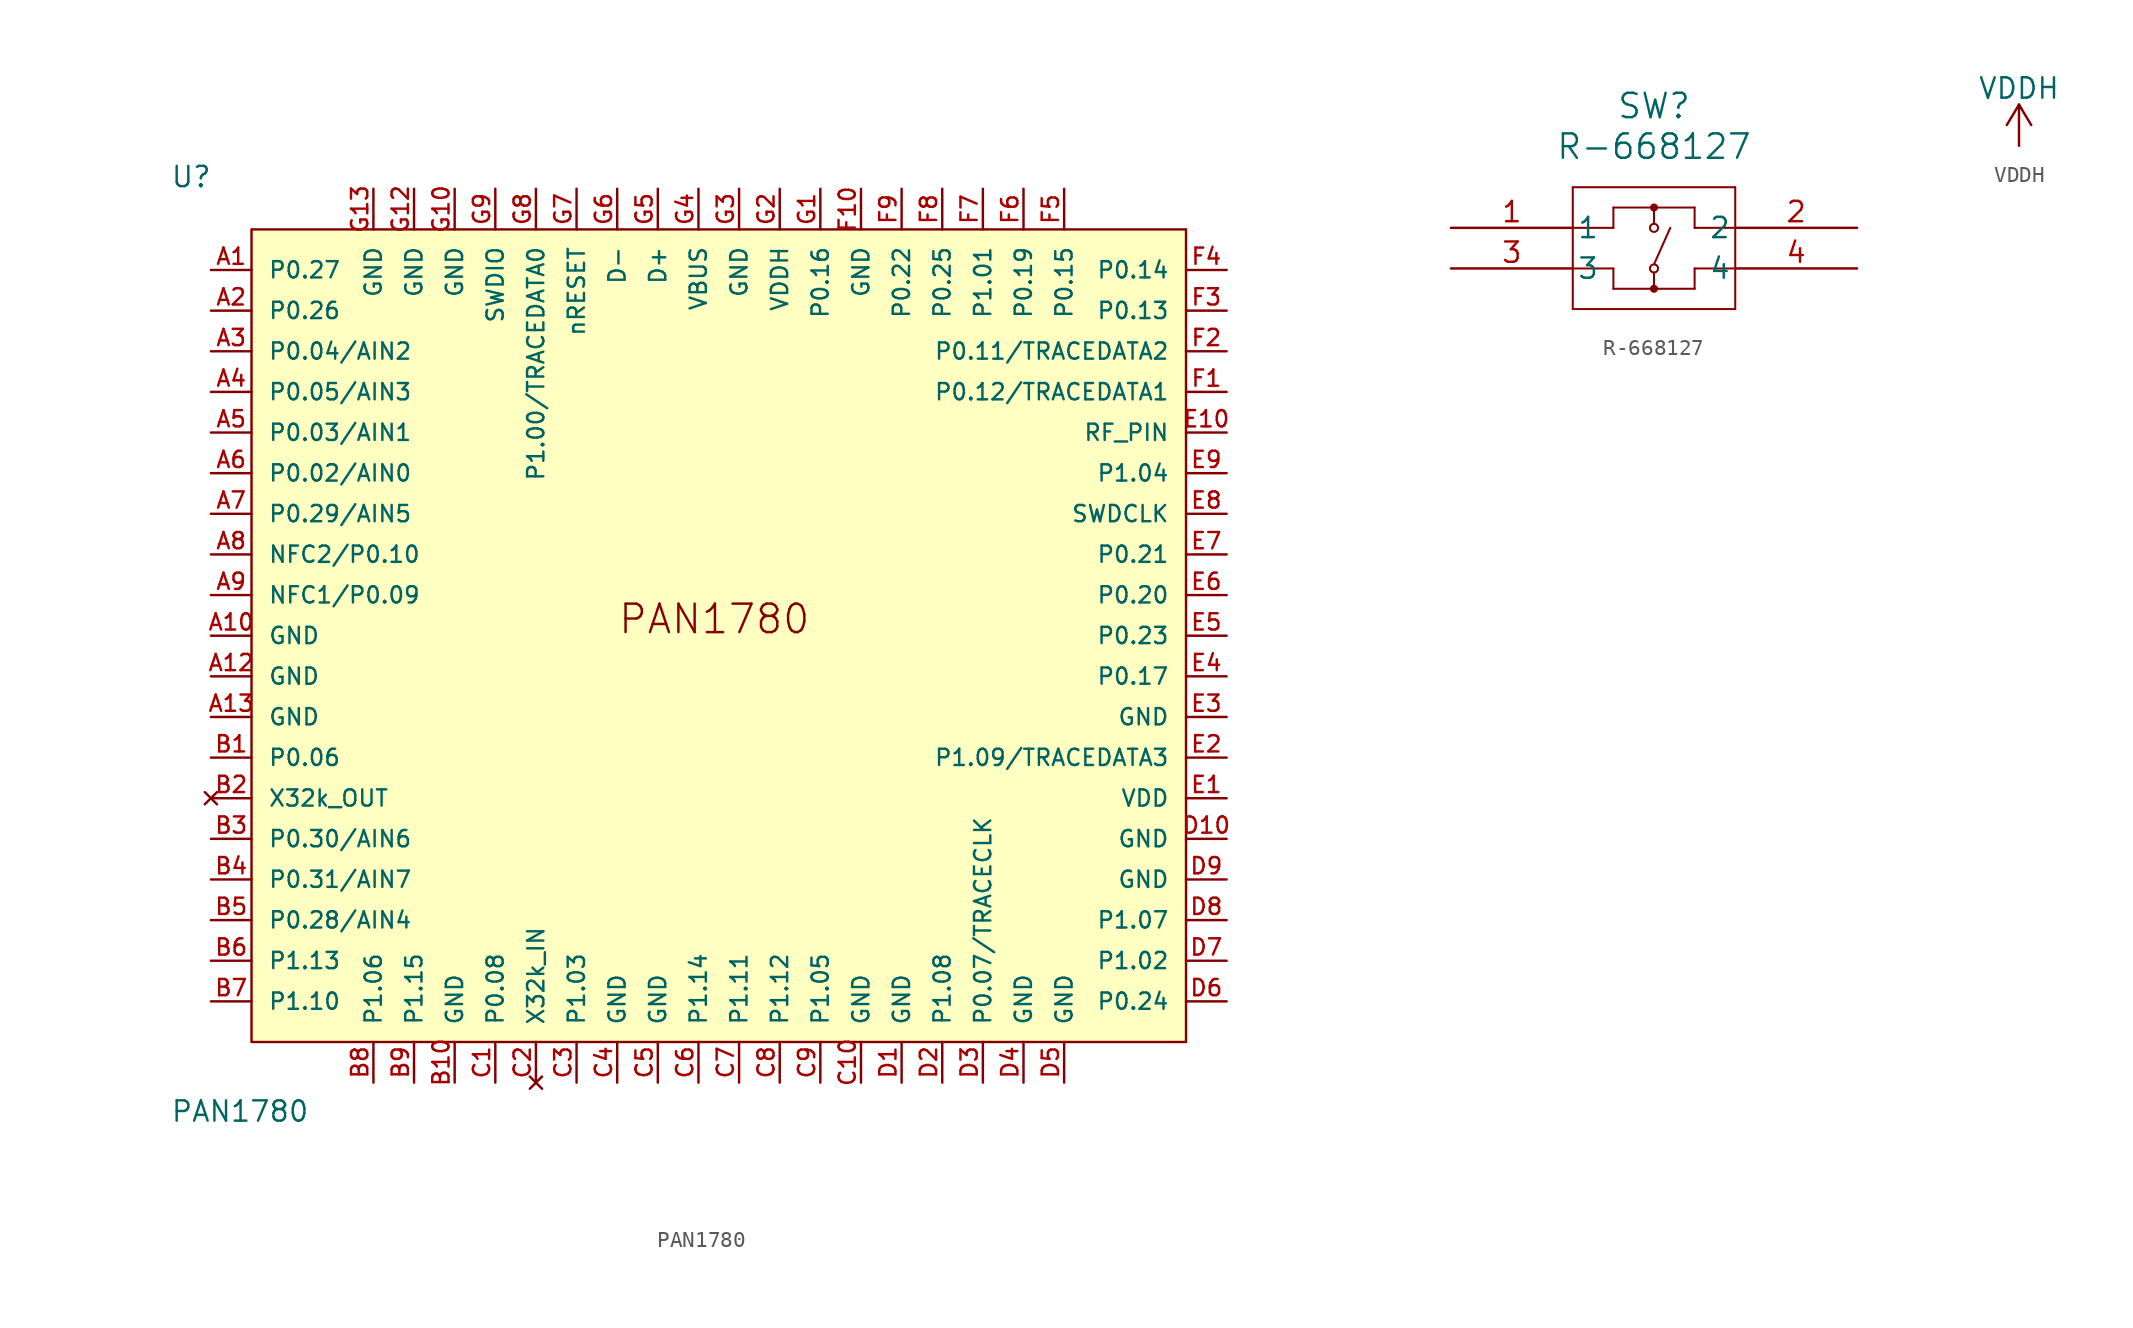
<source format=kicad_sym>
(kicad_symbol_lib
  (version 20231120)
  (generator "kicad_symbol_editor")
  (generator_version "8.0")
  (symbol "PAN1780"
    (pin_names
      (offset 1.016))
    (property "Reference" "U"
      (at -33.02 27.94 0)
      (effects (font (size 1.27 1.27)) (justify left bottom)))
    (property "Value" "PAN1780"
      (at -33.02 -30.48 0)
      (effects (font (size 1.27 1.27)) (justify left bottom)))
    (symbol "PAN1780_0_0"
      (rectangle (start -27.94 25.4) (end 30.48 -25.4) (stroke (width 0.152) (type default)) (fill (type background)))
      (text "PAN1780" (at -5.08 0 0) (effects (font (size 1.778 1.778)) (justify left bottom)))
      (pin bidirectional line (at -30.48 22.86 0) (length 2.54) (name "P0.27" (effects (font (size 1.016 1.016)))) (number "A1" (effects (font (size 1.016 1.016)))))
      (pin power_in line (at -30.48 0 0) (length 2.54) (name "GND" (effects (font (size 1.016 1.016)))) (number "A10" (effects (font (size 1.016 1.016)))))
      (pin power_in line (at -30.48 -2.54 0) (length 2.54) (name "GND" (effects (font (size 1.016 1.016)))) (number "A12" (effects (font (size 1.016 1.016)))))
      (pin power_in line (at -30.48 -5.08 0) (length 2.54) (name "GND" (effects (font (size 1.016 1.016)))) (number "A13" (effects (font (size 1.016 1.016)))))
      (pin bidirectional line (at -30.48 20.32 0) (length 2.54) (name "P0.26" (effects (font (size 1.016 1.016)))) (number "A2" (effects (font (size 1.016 1.016)))))
      (pin bidirectional line (at -30.48 17.78 0) (length 2.54) (name "P0.04/AIN2" (effects (font (size 1.016 1.016)))) (number "A3" (effects (font (size 1.016 1.016)))))
      (pin bidirectional line (at -30.48 15.24 0) (length 2.54) (name "P0.05/AIN3" (effects (font (size 1.016 1.016)))) (number "A4" (effects (font (size 1.016 1.016)))))
      (pin bidirectional line (at -30.48 12.7 0) (length 2.54) (name "P0.03/AIN1" (effects (font (size 1.016 1.016)))) (number "A5" (effects (font (size 1.016 1.016)))))
      (pin bidirectional line (at -30.48 10.16 0) (length 2.54) (name "P0.02/AIN0" (effects (font (size 1.016 1.016)))) (number "A6" (effects (font (size 1.016 1.016)))))
      (pin bidirectional line (at -30.48 7.62 0) (length 2.54) (name "P0.29/AIN5" (effects (font (size 1.016 1.016)))) (number "A7" (effects (font (size 1.016 1.016)))))
      (pin bidirectional line (at -30.48 -7.62 0) (length 2.54) (name "P0.06" (effects (font (size 1.016 1.016)))) (number "B1" (effects (font (size 1.016 1.016)))))
      (pin power_in line (at -15.24 -27.94 90) (length 2.54) (name "GND" (effects (font (size 1.016 1.016)))) (number "B10" (effects (font (size 1.016 1.016)))))
      (pin no_connect line (at -30.48 -10.16 0) (length 2.54) (name "X32k_OUT" (effects (font (size 1.016 1.016)))) (number "B2" (effects (font (size 1.016 1.016)))))
      (pin bidirectional line (at -30.48 -12.7 0) (length 2.54) (name "P0.30/AIN6" (effects (font (size 1.016 1.016)))) (number "B3" (effects (font (size 1.016 1.016)))))
      (pin bidirectional line (at -30.48 -15.24 0) (length 2.54) (name "P0.31/AIN7" (effects (font (size 1.016 1.016)))) (number "B4" (effects (font (size 1.016 1.016)))))
      (pin bidirectional line (at -30.48 -17.78 0) (length 2.54) (name "P0.28/AIN4" (effects (font (size 1.016 1.016)))) (number "B5" (effects (font (size 1.016 1.016)))))
      (pin bidirectional line (at -30.48 -20.32 0) (length 2.54) (name "P1.13" (effects (font (size 1.016 1.016)))) (number "B6" (effects (font (size 1.016 1.016)))))
      (pin bidirectional line (at -30.48 -22.86 0) (length 2.54) (name "P1.10" (effects (font (size 1.016 1.016)))) (number "B7" (effects (font (size 1.016 1.016)))))
      (pin bidirectional line (at -20.32 -27.94 90) (length 2.54) (name "P1.06" (effects (font (size 1.016 1.016)))) (number "B8" (effects (font (size 1.016 1.016)))))
      (pin bidirectional line (at -17.78 -27.94 90) (length 2.54) (name "P1.15" (effects (font (size 1.016 1.016)))) (number "B9" (effects (font (size 1.016 1.016)))))
      (pin bidirectional line (at -12.7 -27.94 90) (length 2.54) (name "P0.08" (effects (font (size 1.016 1.016)))) (number "C1" (effects (font (size 1.016 1.016)))))
      (pin power_in line (at 10.16 -27.94 90) (length 2.54) (name "GND" (effects (font (size 1.016 1.016)))) (number "C10" (effects (font (size 1.016 1.016)))))
      (pin no_connect line (at -10.16 -27.94 90) (length 2.54) (name "X32k_IN" (effects (font (size 1.016 1.016)))) (number "C2" (effects (font (size 1.016 1.016)))))
      (pin bidirectional line (at -7.62 -27.94 90) (length 2.54) (name "P1.03" (effects (font (size 1.016 1.016)))) (number "C3" (effects (font (size 1.016 1.016)))))
      (pin power_in line (at -5.08 -27.94 90) (length 2.54) (name "GND" (effects (font (size 1.016 1.016)))) (number "C4" (effects (font (size 1.016 1.016)))))
      (pin power_in line (at -2.54 -27.94 90) (length 2.54) (name "GND" (effects (font (size 1.016 1.016)))) (number "C5" (effects (font (size 1.016 1.016)))))
      (pin bidirectional line (at 0 -27.94 90) (length 2.54) (name "P1.14" (effects (font (size 1.016 1.016)))) (number "C6" (effects (font (size 1.016 1.016)))))
      (pin bidirectional line (at 2.54 -27.94 90) (length 2.54) (name "P1.11" (effects (font (size 1.016 1.016)))) (number "C7" (effects (font (size 1.016 1.016)))))
      (pin bidirectional line (at 5.08 -27.94 90) (length 2.54) (name "P1.12" (effects (font (size 1.016 1.016)))) (number "C8" (effects (font (size 1.016 1.016)))))
      (pin bidirectional line (at 7.62 -27.94 90) (length 2.54) (name "P1.05" (effects (font (size 1.016 1.016)))) (number "C9" (effects (font (size 1.016 1.016)))))
      (pin power_in line (at 12.7 -27.94 90) (length 2.54) (name "GND" (effects (font (size 1.016 1.016)))) (number "D1" (effects (font (size 1.016 1.016)))))
      (pin power_in line (at 33.02 -12.7 180) (length 2.54) (name "GND" (effects (font (size 1.016 1.016)))) (number "D10" (effects (font (size 1.016 1.016)))))
      (pin bidirectional line (at 15.24 -27.94 90) (length 2.54) (name "P1.08" (effects (font (size 1.016 1.016)))) (number "D2" (effects (font (size 1.016 1.016)))))
      (pin power_in line (at 20.32 -27.94 90) (length 2.54) (name "GND" (effects (font (size 1.016 1.016)))) (number "D4" (effects (font (size 1.016 1.016)))))
      (pin power_in line (at 22.86 -27.94 90) (length 2.54) (name "GND" (effects (font (size 1.016 1.016)))) (number "D5" (effects (font (size 1.016 1.016)))))
      (pin bidirectional line (at 33.02 -22.86 180) (length 2.54) (name "P0.24" (effects (font (size 1.016 1.016)))) (number "D6" (effects (font (size 1.016 1.016)))))
      (pin bidirectional line (at 33.02 -20.32 180) (length 2.54) (name "P1.02" (effects (font (size 1.016 1.016)))) (number "D7" (effects (font (size 1.016 1.016)))))
      (pin bidirectional line (at 33.02 -17.78 180) (length 2.54) (name "P1.07" (effects (font (size 1.016 1.016)))) (number "D8" (effects (font (size 1.016 1.016)))))
      (pin power_in line (at 33.02 -15.24 180) (length 2.54) (name "GND" (effects (font (size 1.016 1.016)))) (number "D9" (effects (font (size 1.016 1.016)))))
      (pin bidirectional line (at 33.02 12.7 180) (length 2.54) (name "RF_PIN" (effects (font (size 1.016 1.016)))) (number "E10" (effects (font (size 1.016 1.016)))))
      (pin power_in line (at 33.02 -5.08 180) (length 2.54) (name "GND" (effects (font (size 1.016 1.016)))) (number "E3" (effects (font (size 1.016 1.016)))))
      (pin bidirectional line (at 33.02 -2.54 180) (length 2.54) (name "P0.17" (effects (font (size 1.016 1.016)))) (number "E4" (effects (font (size 1.016 1.016)))))
      (pin bidirectional line (at 33.02 0 180) (length 2.54) (name "P0.23" (effects (font (size 1.016 1.016)))) (number "E5" (effects (font (size 1.016 1.016)))))
      (pin bidirectional line (at 33.02 2.54 180) (length 2.54) (name "P0.20" (effects (font (size 1.016 1.016)))) (number "E6" (effects (font (size 1.016 1.016)))))
      (pin bidirectional line (at 33.02 5.08 180) (length 2.54) (name "P0.21" (effects (font (size 1.016 1.016)))) (number "E7" (effects (font (size 1.016 1.016)))))
      (pin bidirectional line (at 33.02 7.62 180) (length 2.54) (name "SWDCLK" (effects (font (size 1.016 1.016)))) (number "E8" (effects (font (size 1.016 1.016)))))
      (pin bidirectional line (at 33.02 10.16 180) (length 2.54) (name "P1.04" (effects (font (size 1.016 1.016)))) (number "E9" (effects (font (size 1.016 1.016)))))
      (pin power_in line (at 10.16 27.94 270) (length 2.54) (name "GND" (effects (font (size 1.016 1.016)))) (number "F10" (effects (font (size 1.016 1.016)))))
      (pin bidirectional line (at 33.02 20.32 180) (length 2.54) (name "P0.13" (effects (font (size 1.016 1.016)))) (number "F3" (effects (font (size 1.016 1.016)))))
      (pin bidirectional line (at 33.02 22.86 180) (length 2.54) (name "P0.14" (effects (font (size 1.016 1.016)))) (number "F4" (effects (font (size 1.016 1.016)))))
      (pin bidirectional line (at 22.86 27.94 270) (length 2.54) (name "P0.15" (effects (font (size 1.016 1.016)))) (number "F5" (effects (font (size 1.016 1.016)))))
      (pin bidirectional line (at 20.32 27.94 270) (length 2.54) (name "P0.19" (effects (font (size 1.016 1.016)))) (number "F6" (effects (font (size 1.016 1.016)))))
      (pin bidirectional line (at 17.78 27.94 270) (length 2.54) (name "P1.01" (effects (font (size 1.016 1.016)))) (number "F7" (effects (font (size 1.016 1.016)))))
      (pin bidirectional line (at 15.24 27.94 270) (length 2.54) (name "P0.25" (effects (font (size 1.016 1.016)))) (number "F8" (effects (font (size 1.016 1.016)))))
      (pin bidirectional line (at 12.7 27.94 270) (length 2.54) (name "P0.22" (effects (font (size 1.016 1.016)))) (number "F9" (effects (font (size 1.016 1.016)))))
      (pin bidirectional line (at 7.62 27.94 270) (length 2.54) (name "P0.16" (effects (font (size 1.016 1.016)))) (number "G1" (effects (font (size 1.016 1.016)))))
      (pin power_in line (at -15.24 27.94 270) (length 2.54) (name "GND" (effects (font (size 1.016 1.016)))) (number "G10" (effects (font (size 1.016 1.016)))))
      (pin power_in line (at -17.78 27.94 270) (length 2.54) (name "GND" (effects (font (size 1.016 1.016)))) (number "G12" (effects (font (size 1.016 1.016)))))
      (pin power_in line (at -20.32 27.94 270) (length 2.54) (name "GND" (effects (font (size 1.016 1.016)))) (number "G13" (effects (font (size 1.016 1.016)))))
      (pin power_in line (at 2.54 27.94 270) (length 2.54) (name "GND" (effects (font (size 1.016 1.016)))) (number "G3" (effects (font (size 1.016 1.016)))))
      (pin input line (at -7.62 27.94 270) (length 2.54) (name "nRESET" (effects (font (size 1.016 1.016)))) (number "G7" (effects (font (size 1.016 1.016)))))
      (pin bidirectional line (at -12.7 27.94 270) (length 2.54) (name "SWDIO" (effects (font (size 1.016 1.016)))) (number "G9" (effects (font (size 1.016 1.016))))))
    (symbol "PAN1780_1_0"
      (pin bidirectional line (at -30.48 5.08 0) (length 2.54) (name "NFC2/P0.10" (effects (font (size 1.016 1.016)))) (number "A8" (effects (font (size 1.016 1.016)))))
      (pin bidirectional line (at -30.48 2.54 0) (length 2.54) (name "NFC1/P0.09" (effects (font (size 1.016 1.016)))) (number "A9" (effects (font (size 1.016 1.016)))))
      (pin bidirectional line (at 17.78 -27.94 90) (length 2.54) (name "P0.07/TRACECLK" (effects (font (size 1.016 1.016)))) (number "D3" (effects (font (size 1.016 1.016)))))
      (pin power_in line (at 33.02 -10.16 180) (length 2.54) (name "VDD" (effects (font (size 1.016 1.016)))) (number "E1" (effects (font (size 1.016 1.016)))))
      (pin bidirectional line (at 33.02 -7.62 180) (length 2.54) (name "P1.09/TRACEDATA3" (effects (font (size 1.016 1.016)))) (number "E2" (effects (font (size 1.016 1.016)))))
      (pin bidirectional line (at 33.02 15.24 180) (length 2.54) (name "P0.12/TRACEDATA1" (effects (font (size 1.016 1.016)))) (number "F1" (effects (font (size 1.016 1.016)))))
      (pin bidirectional line (at 33.02 17.78 180) (length 2.54) (name "P0.11/TRACEDATA2" (effects (font (size 1.016 1.016)))) (number "F2" (effects (font (size 1.016 1.016)))))
      (pin power_in line (at 5.08 27.94 270) (length 2.54) (name "VDDH" (effects (font (size 1.016 1.016)))) (number "G2" (effects (font (size 1.016 1.016)))))
      (pin power_in line (at 0 27.94 270) (length 2.54) (name "VBUS" (effects (font (size 1.016 1.016)))) (number "G4" (effects (font (size 1.016 1.016)))))
      (pin bidirectional line (at -2.54 27.94 270) (length 2.54) (name "D+" (effects (font (size 1.016 1.016)))) (number "G5" (effects (font (size 1.016 1.016)))))
      (pin bidirectional line (at -5.08 27.94 270) (length 2.54) (name "D-" (effects (font (size 1.016 1.016)))) (number "G6" (effects (font (size 1.016 1.016)))))
      (pin bidirectional line (at -10.16 27.94 270) (length 2.54) (name "P1.00/TRACEDATA0" (effects (font (size 1.016 1.016)))) (number "G8" (effects (font (size 1.016 1.016)))))))
  (symbol "R-668127"
    (pin_names
      (offset 0.254))
    (property "Reference" "SW"
      (at 12.7 7.62 0)
      (effects (font (size 1.524 1.524))))
    (property "Value" "R-668127"
      (at 12.7 5.08 0)
      (effects (font (size 1.524 1.524))))
    (property "ki_locked" ""
      (at 0 0 0)
      (effects (font (size 1.27 1.27))))
    (symbol "R-668127_0_1"
      (polyline (pts (xy 7.62 -5.08) (xy 17.78 -5.08)) (stroke (width 0.127) (type default)) (fill (type none)))
      (polyline (pts (xy 7.62 0) (xy 10.16 0)) (stroke (width 0.127) (type default)) (fill (type none)))
      (polyline (pts (xy 7.62 2.54) (xy 7.62 -5.08)) (stroke (width 0.127) (type default)) (fill (type none)))
      (polyline (pts (xy 10.16 -3.81) (xy 10.16 -2.54)) (stroke (width 0.127) (type default)) (fill (type none)))
      (polyline (pts (xy 10.16 -2.54) (xy 7.62 -2.54)) (stroke (width 0.127) (type default)) (fill (type none)))
      (polyline (pts (xy 10.16 0) (xy 10.16 1.27)) (stroke (width 0.127) (type default)) (fill (type none)))
      (polyline (pts (xy 10.16 1.27) (xy 15.24 1.27)) (stroke (width 0.127) (type default)) (fill (type none)))
      (polyline (pts (xy 12.7 -2.794) (xy 12.7 -3.81)) (stroke (width 0.127) (type default)) (fill (type none)))
      (polyline (pts (xy 12.7 1.27) (xy 12.7 0.254)) (stroke (width 0.127) (type default)) (fill (type none)))
      (polyline (pts (xy 13.716 0) (xy 12.7 -2.286)) (stroke (width 0.127) (type default)) (fill (type none)))
      (polyline (pts (xy 15.24 -3.81) (xy 10.16 -3.81)) (stroke (width 0.127) (type default)) (fill (type none)))
      (polyline (pts (xy 15.24 -2.54) (xy 15.24 -3.81)) (stroke (width 0.127) (type default)) (fill (type none)))
      (polyline (pts (xy 15.24 0) (xy 17.78 0)) (stroke (width 0.127) (type default)) (fill (type none)))
      (polyline (pts (xy 15.24 1.27) (xy 15.24 0)) (stroke (width 0.127) (type default)) (fill (type none)))
      (polyline (pts (xy 17.78 -5.08) (xy 17.78 2.54)) (stroke (width 0.127) (type default)) (fill (type none)))
      (polyline (pts (xy 17.78 -2.54) (xy 15.24 -2.54)) (stroke (width 0.127) (type default)) (fill (type none)))
      (polyline (pts (xy 17.78 2.54) (xy 7.62 2.54)) (stroke (width 0.127) (type default)) (fill (type none)))
      (circle (center 12.7 -3.81) (radius 0.127) (stroke (width 0.254) (type default)) (fill (type none)))
      (circle (center 12.7 -2.54) (radius 0.254) (stroke (width 0.127) (type default)) (fill (type none)))
      (circle (center 12.7 0) (radius 0.254) (stroke (width 0.127) (type default)) (fill (type none)))
      (circle (center 12.7 1.27) (radius 0.127) (stroke (width 0.254) (type default)) (fill (type none))))
    (symbol "R-668127_1_1"
      (pin passive line (at 0 0 0) (length 7.62) (name "1" (effects (font (size 1.27 1.27)))) (number "1" (effects (font (size 1.27 1.27)))))
      (pin passive line (at 25.4 0 180) (length 7.62) (name "2" (effects (font (size 1.27 1.27)))) (number "2" (effects (font (size 1.27 1.27)))))
      (pin passive line (at 0 -2.54 0) (length 7.62) (name "3" (effects (font (size 1.27 1.27)))) (number "3" (effects (font (size 1.27 1.27)))))
      (pin passive line (at 25.4 -2.54 180) (length 7.62) (name "4" (effects (font (size 1.27 1.27)))) (number "4" (effects (font (size 1.27 1.27)))))))
  (symbol "VDDH"
    (power)
    (pin_numbers hide)
    (pin_names
      (offset 0) hide)
    (property "Reference" "#PWR"
      (at 0 -3.81 0)
      (effects (font (size 1.27 1.27)) (hide yes)))
    (property "Value" "VDDH"
      (at 0 3.556 0)
      (effects (font (size 1.27 1.27))))
    (symbol "VDDH_0_1"
      (polyline (pts (xy -0.762 1.27) (xy 0 2.54)) (stroke (width 0) (type default)) (fill (type none)))
      (polyline (pts (xy 0 0) (xy 0 2.54)) (stroke (width 0) (type default)) (fill (type none)))
      (polyline (pts (xy 0 2.54) (xy 0.762 1.27)) (stroke (width 0) (type default)) (fill (type none))))
    (symbol "VDDH_1_1"
      (pin power_in line (at 0 0 90) (length 0) (name "~" (effects (font (size 1.27 1.27)))) (number "1" (effects (font (size 1.27 1.27))))))))
</source>
